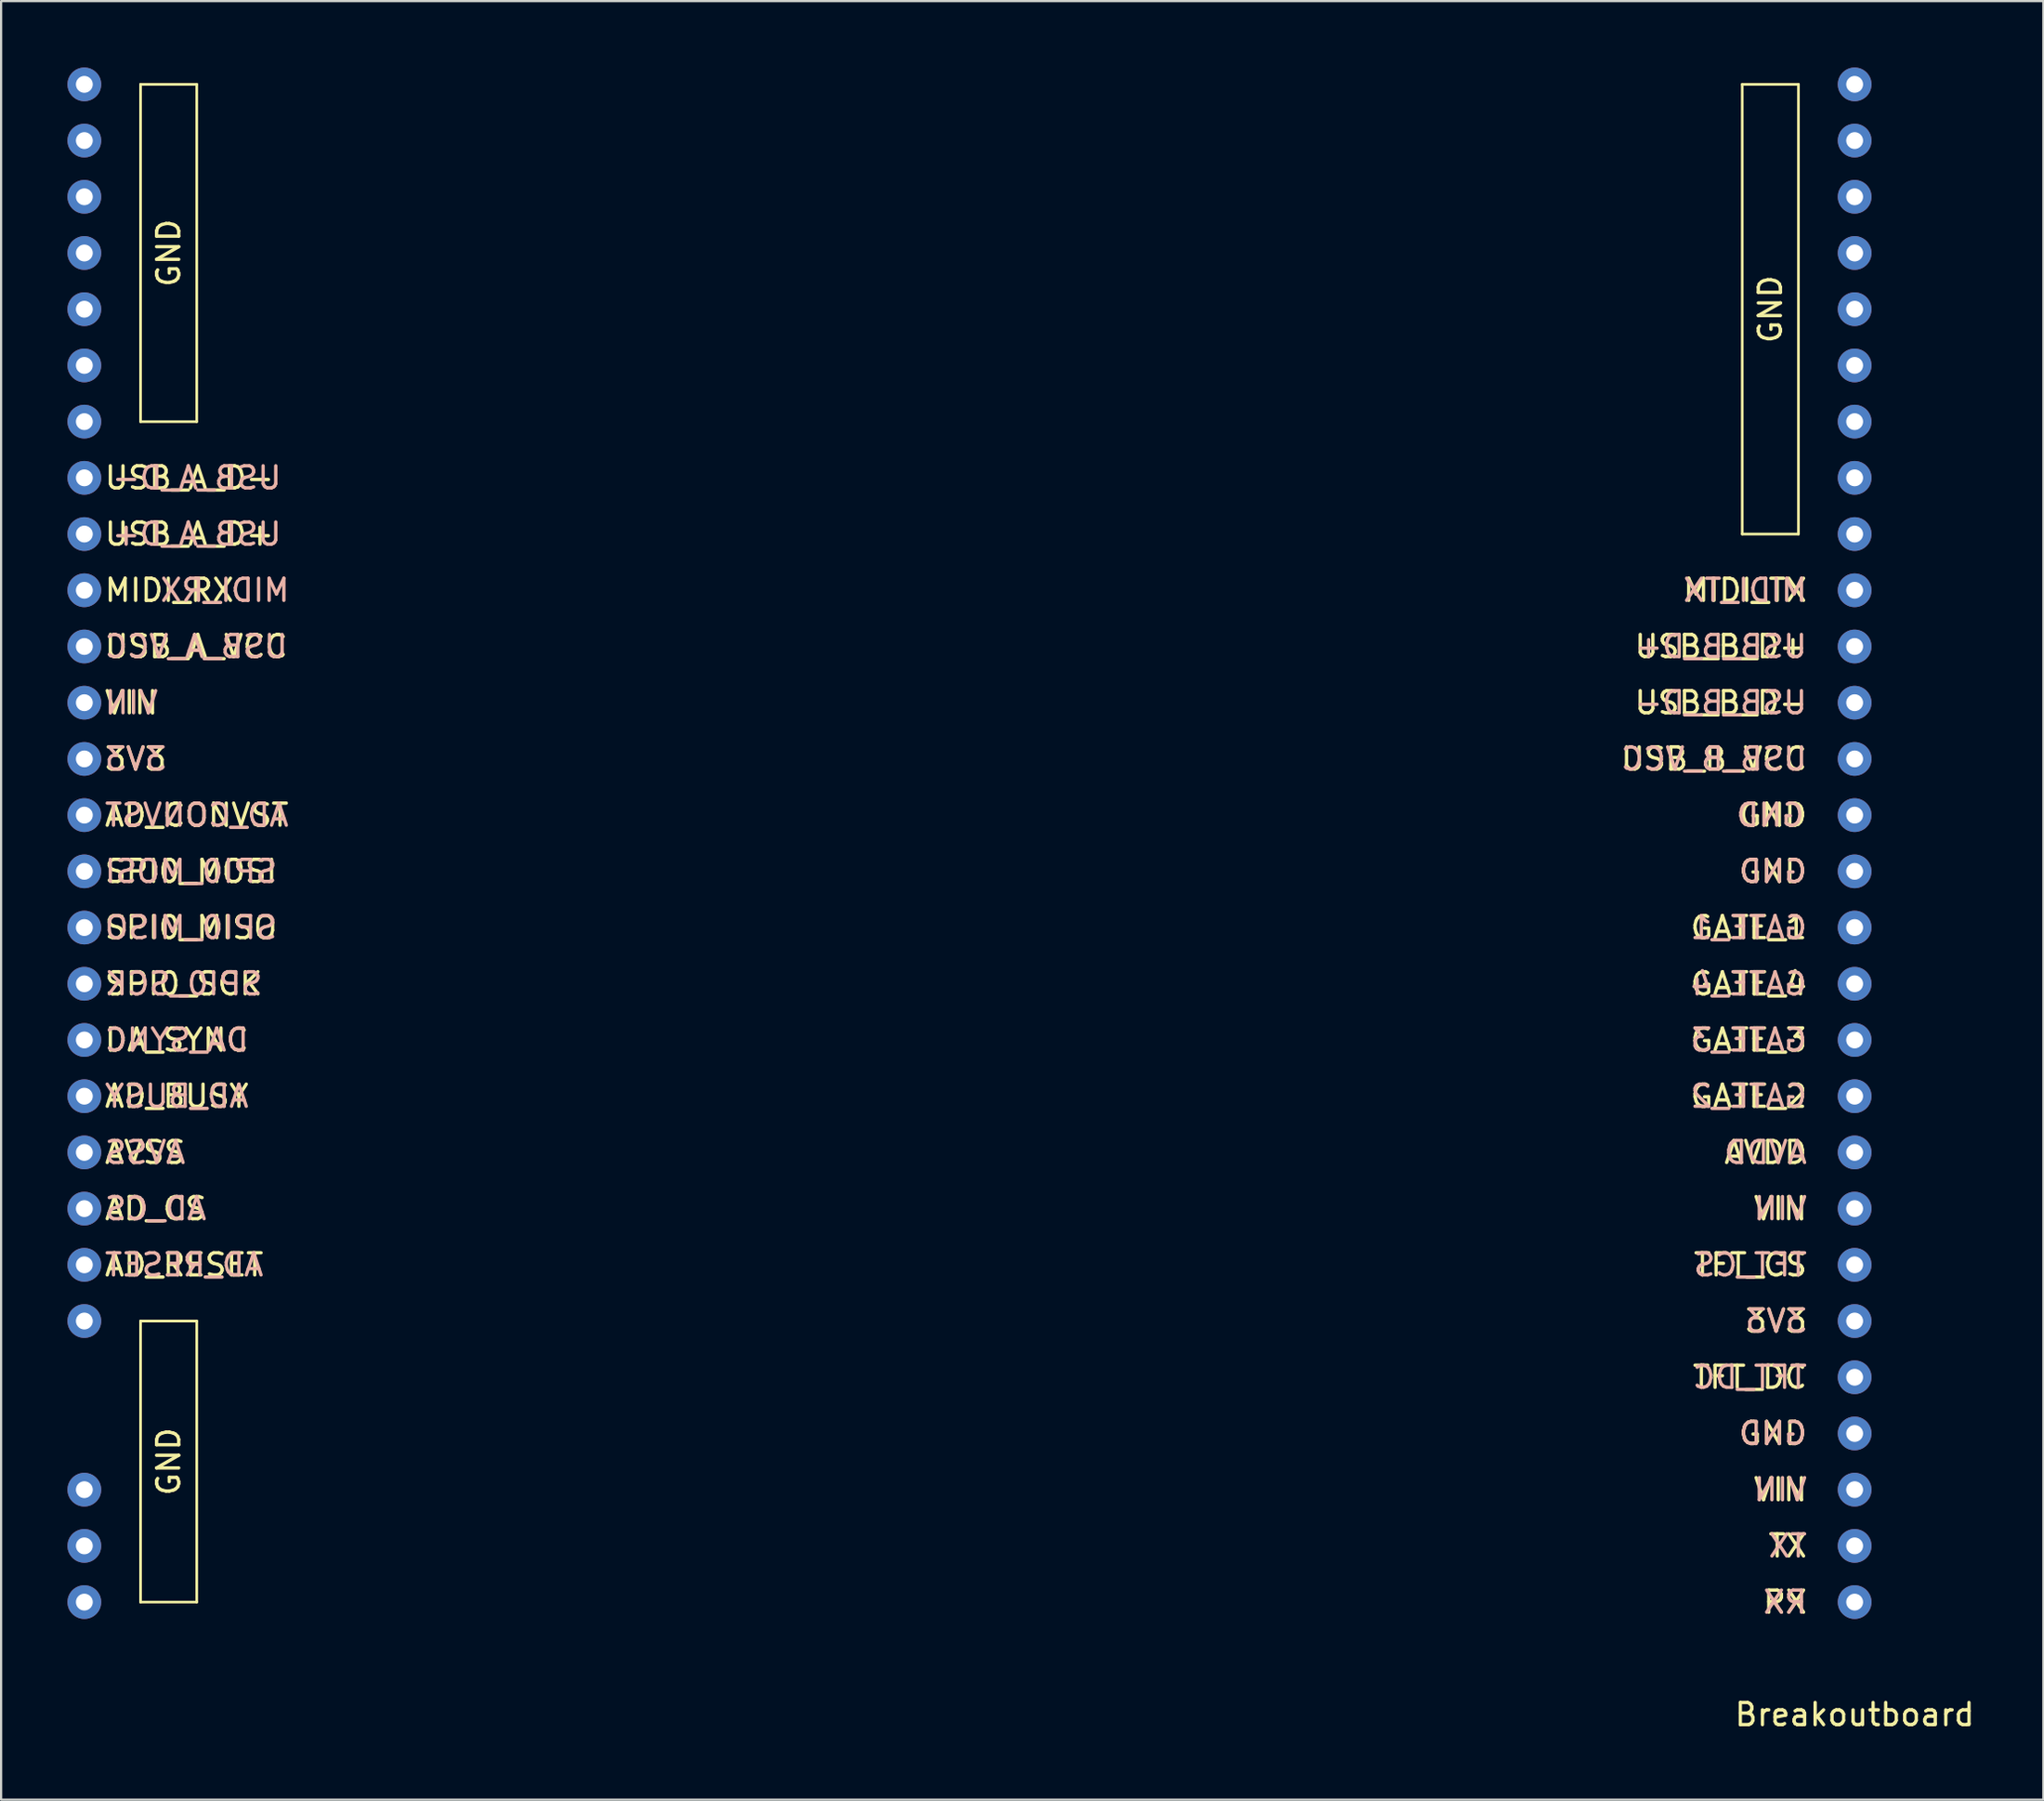
<source format=kicad_pcb>
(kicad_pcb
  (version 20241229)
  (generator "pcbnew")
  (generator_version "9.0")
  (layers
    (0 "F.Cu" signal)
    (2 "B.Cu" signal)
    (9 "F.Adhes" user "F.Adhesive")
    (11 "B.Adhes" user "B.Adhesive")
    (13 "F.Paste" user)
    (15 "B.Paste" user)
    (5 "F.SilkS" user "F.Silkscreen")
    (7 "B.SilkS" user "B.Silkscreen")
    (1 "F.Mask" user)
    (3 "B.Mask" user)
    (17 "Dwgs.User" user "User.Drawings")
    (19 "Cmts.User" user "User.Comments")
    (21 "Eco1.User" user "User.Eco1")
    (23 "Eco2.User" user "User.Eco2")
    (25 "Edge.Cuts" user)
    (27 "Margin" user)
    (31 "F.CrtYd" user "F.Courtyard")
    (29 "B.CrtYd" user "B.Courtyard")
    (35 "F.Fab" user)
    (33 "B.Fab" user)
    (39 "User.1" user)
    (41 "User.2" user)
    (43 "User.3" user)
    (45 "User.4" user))
  (footprint "Breakoutboard"
    (layer "F.Cu")
    (at 80.772 69.342)
    (property "Reference" "Breakoutboard" (at 0 5.08 0) (layer "F.SilkS") (effects (font (size 1 1) (thickness 0.15))))
    (attr through_hole)
    (fp_line (start -77.47 -68.58) (end -77.47 -53.34) (stroke (width 0.12) (type solid)) (layer "F.SilkS"))
    (fp_line (start -77.47 -53.34) (end -74.93 -53.34) (stroke (width 0.12) (type solid)) (layer "F.SilkS"))
    (fp_line (start -77.47 -12.7) (end -77.47 0) (stroke (width 0.12) (type solid)) (layer "F.SilkS"))
    (fp_line (start -77.47 0) (end -74.93 0) (stroke (width 0.12) (type solid)) (layer "F.SilkS"))
    (fp_line (start -74.93 -68.58) (end -77.47 -68.58) (stroke (width 0.12) (type solid)) (layer "F.SilkS"))
    (fp_line (start -74.93 -53.34) (end -74.93 -68.58) (stroke (width 0.12) (type solid)) (layer "F.SilkS"))
    (fp_line (start -74.93 -12.7) (end -77.47 -12.7) (stroke (width 0.12) (type solid)) (layer "F.SilkS"))
    (fp_line (start -74.93 0) (end -74.93 -12.7) (stroke (width 0.12) (type solid)) (layer "F.SilkS"))
    (fp_line (start -5.08 -68.58) (end -5.08 -48.26) (stroke (width 0.12) (type solid)) (layer "F.SilkS"))
    (fp_line (start -5.08 -68.58) (end -2.54 -68.58) (stroke (width 0.12) (type solid)) (layer "F.SilkS"))
    (fp_line (start -5.08 -48.26) (end -2.54 -48.26) (stroke (width 0.12) (type solid)) (layer "F.SilkS"))
    (fp_line (start -2.54 -48.26) (end -2.54 -68.58) (stroke (width 0.12) (type solid)) (layer "F.SilkS"))
    (fp_text user "VIN" (at -3.357 -17.78 0) (layer "F.SilkS") (effects (font (size 1 1) (thickness 0.15))))
    (fp_text user "3V3" (at -77.692 -38.1 0) (layer "F.SilkS") (effects (font (size 1 1) (thickness 0.15))))
    (fp_text user "GATE_2" (at -4.786 -22.86 0) (layer "F.SilkS") (effects (font (size 1 1) (thickness 0.15))))
    (fp_text user "USB_A_D-" (at -75.263 -50.8 0) (layer "F.SilkS") (effects (font (size 1 1) (thickness 0.15))))
    (fp_text user "USB_A_D+" (at -75.263 -48.26 0) (layer "F.SilkS") (effects (font (size 1 1) (thickness 0.15))))
    (fp_text user "AD_CONVST" (at -74.93 -35.56 0) (layer "F.SilkS") (effects (font (size 1 1) (thickness 0.15))))
    (fp_text user "GATE_3" (at -4.786 -25.4 0) (layer "F.SilkS") (effects (font (size 1 1) (thickness 0.15))))
    (fp_text user "AD_CS" (at -76.787 -17.78 0) (layer "F.SilkS") (effects (font (size 1 1) (thickness 0.15))))
    (fp_text user "USB_B_VCC" (at -6.357 -38.1 0) (layer "F.SilkS") (effects (font (size 1 1) (thickness 0.15))))
    (fp_text user "USB_B_D+" (at -6.048 -43.18 0) (layer "F.SilkS") (effects (font (size 1 1) (thickness 0.15))))
    (fp_text user "RX" (at -3.143 0 0) (layer "F.SilkS") (effects (font (size 1 1) (thickness 0.15))))
    (fp_text user "SPI0_SCK" (at -75.525 -27.94 0) (layer "F.SilkS") (effects (font (size 1 1) (thickness 0.15))))
    (fp_text user "AD_BUSY" (at -75.835 -22.86 0) (layer "F.SilkS") (effects (font (size 1 1) (thickness 0.15))))
    (fp_text user "GND" (at -3.81 -58.42 90) (layer "F.SilkS") (effects (font (size 1 1) (thickness 0.15))))
    (fp_text user "SPI0_MOSI" (at -75.192 -33.02 0) (layer "F.SilkS") (effects (font (size 1 1) (thickness 0.15))))
    (fp_text user "DA_SYNC" (at -75.835 -25.4 0) (layer "F.SilkS") (effects (font (size 1 1) (thickness 0.15))))
    (fp_text user "AD_RESET" (at -75.501 -15.24 0) (layer "F.SilkS") (effects (font (size 1 1) (thickness 0.15))))
    (fp_text user "GND" (at -76.2 -60.96 90) (layer "F.SilkS") (effects (font (size 1 1) (thickness 0.15))))
    (fp_text user "SPI0_MISO" (at -75.192 -30.48 0) (layer "F.SilkS") (effects (font (size 1 1) (thickness 0.15))))
    (fp_text user "TFT_CS" (at -4.714 -15.24 0) (layer "F.SilkS") (effects (font (size 1 1) (thickness 0.15))))
    (fp_text user "GND" (at -76.2 -6.35 90) (layer "F.SilkS") (effects (font (size 1 1) (thickness 0.15))))
    (fp_text user "GND" (at -3.69 -33.02 0) (layer "F.SilkS") (effects (font (size 1 1) (thickness 0.15))))
    (fp_text user "AVDD" (at -4.024 -20.32 0) (layer "F.SilkS") (effects (font (size 1 1) (thickness 0.15))))
    (fp_text user "TFT_DC" (at -4.738 -10.16 0) (layer "F.SilkS") (effects (font (size 1 1) (thickness 0.15))))
    (fp_text user "VIN" (at -77.882 -40.64 0) (layer "F.SilkS") (effects (font (size 1 1) (thickness 0.15))))
    (fp_text user "MIDI_RX" (at -76.168 -45.72 0) (layer "F.SilkS") (effects (font (size 1 1) (thickness 0.15))))
    (fp_text user "GND" (at -3.69 -35.56 0) (layer "F.SilkS") (effects (font (size 1 1) (thickness 0.15))))
    (fp_text user "GND" (at -3.69 -7.62 0) (layer "F.SilkS") (effects (font (size 1 1) (thickness 0.15))))
    (fp_text user "GATE_4" (at -4.786 -27.94 0) (layer "F.SilkS") (effects (font (size 1 1) (thickness 0.15))))
    (fp_text user "USB_A_VCC" (at -74.954 -43.18 0) (layer "F.SilkS") (effects (font (size 1 1) (thickness 0.15))))
    (fp_text user "3V3" (at -3.548 -12.7 0) (layer "F.SilkS") (effects (font (size 1 1) (thickness 0.15))))
    (fp_text user "TX" (at -3.024 -2.54 0) (layer "F.SilkS") (effects (font (size 1 1) (thickness 0.15))))
    (fp_text user "GATE_1" (at -4.786 -30.48 0) (layer "F.SilkS") (effects (font (size 1 1) (thickness 0.15))))
    (fp_text user "AVSS" (at -77.263 -20.32 0) (layer "F.SilkS") (effects (font (size 1 1) (thickness 0.15))))
    (fp_text user "MIDI_TX" (at -4.952 -45.72 0) (layer "F.SilkS") (effects (font (size 1 1) (thickness 0.15))))
    (fp_text user "USB_B_D-" (at -6.048 -40.64 0) (layer "F.SilkS") (effects (font (size 1 1) (thickness 0.15))))
    (fp_text user "VIN" (at -3.357 -5.08 0) (layer "F.SilkS") (effects (font (size 1 1) (thickness 0.15))))
    (fp_text user "3V3" (at -3.548 -12.7 0) (layer "B.SilkS") (effects (font (size 1 1) (thickness 0.15)) (justify mirror)))
    (fp_text user "USB_B_VCC" (at -6.357 -38.1 0) (layer "B.SilkS") (effects (font (size 1 1) (thickness 0.15)) (justify mirror)))
    (fp_text user "AD_CONVST" (at -74.93 -35.56 0) (layer "B.SilkS") (effects (font (size 1 1) (thickness 0.15)) (justify mirror)))
    (fp_text user "MIDI_TX" (at -4.952 -45.72 0) (layer "B.SilkS") (effects (font (size 1 1) (thickness 0.15)) (justify mirror)))
    (fp_text user "GND" (at -3.69 -33.02 0) (layer "B.SilkS") (effects (font (size 1 1) (thickness 0.15)) (justify mirror)))
    (fp_text user "GATE_2" (at -4.786 -22.86 0) (layer "B.SilkS") (effects (font (size 1 1) (thickness 0.15)) (justify mirror)))
    (fp_text user "3V3" (at -77.692 -38.1 0) (layer "B.SilkS") (effects (font (size 1 1) (thickness 0.15)) (justify mirror)))
    (fp_text user "AVSS" (at -77.263 -20.32 0) (layer "B.SilkS") (effects (font (size 1 1) (thickness 0.15)) (justify mirror)))
    (fp_text user "DA_SYNC" (at -75.835 -25.4 0) (layer "B.SilkS") (effects (font (size 1 1) (thickness 0.15)) (justify mirror)))
    (fp_text user "SPI0_MISO" (at -75.192 -30.48 0) (layer "B.SilkS") (effects (font (size 1 1) (thickness 0.15)) (justify mirror)))
    (fp_text user "GATE_4" (at -4.786 -27.94 0) (layer "B.SilkS") (effects (font (size 1 1) (thickness 0.15)) (justify mirror)))
    (fp_text user "GND" (at -3.69 -7.62 0) (layer "B.SilkS") (effects (font (size 1 1) (thickness 0.15)) (justify mirror)))
    (fp_text user "SPI0_MOSI" (at -75.192 -33.02 0) (layer "B.SilkS") (effects (font (size 1 1) (thickness 0.15)) (justify mirror)))
    (fp_text user "AD_BUSY" (at -75.835 -22.86 0) (layer "B.SilkS") (effects (font (size 1 1) (thickness 0.15)) (justify mirror)))
    (fp_text user "TX" (at -3.024 -2.54 0) (layer "B.SilkS") (effects (font (size 1 1) (thickness 0.15)) (justify mirror)))
    (fp_text user "TFT_CS" (at -4.714 -15.24 0) (layer "B.SilkS") (effects (font (size 1 1) (thickness 0.15)) (justify mirror)))
    (fp_text user "SPI0_SCK" (at -75.525 -27.94 0) (layer "B.SilkS") (effects (font (size 1 1) (thickness 0.15)) (justify mirror)))
    (fp_text user "TFT_DC" (at -4.738 -10.16 0) (layer "B.SilkS") (effects (font (size 1 1) (thickness 0.15)) (justify mirror)))
    (fp_text user "USB_A_VCC" (at -74.954 -43.18 0) (layer "B.SilkS") (effects (font (size 1 1) (thickness 0.15)) (justify mirror)))
    (fp_text user "VIN" (at -77.882 -40.64 0) (layer "B.SilkS") (effects (font (size 1 1) (thickness 0.15)) (justify mirror)))
    (fp_text user "USB_B_D+" (at -6.048 -43.18 0) (layer "B.SilkS") (effects (font (size 1 1) (thickness 0.15)) (justify mirror)))
    (fp_text user "USB_B_D-" (at -6.048 -40.64 0) (layer "B.SilkS") (effects (font (size 1 1) (thickness 0.15)) (justify mirror)))
    (fp_text user "AVDD" (at -4.024 -20.32 0) (layer "B.SilkS") (effects (font (size 1 1) (thickness 0.15)) (justify mirror)))
    (fp_text user "GATE_3" (at -4.786 -25.4 0) (layer "B.SilkS") (effects (font (size 1 1) (thickness 0.15)) (justify mirror)))
    (fp_text user "VIN" (at -3.357 -5.08 0) (layer "B.SilkS") (effects (font (size 1 1) (thickness 0.15)) (justify mirror)))
    (fp_text user "USB_A_D-" (at -74.93 -50.8 0) (layer "B.SilkS") (effects (font (size 1 1) (thickness 0.15)) (justify mirror)))
    (fp_text user "GND" (at -3.81 -35.56 0) (layer "B.SilkS") (effects (font (size 1 1) (thickness 0.15)) (justify mirror)))
    (fp_text user "AD_RESET" (at -75.501 -15.24 0) (layer "B.SilkS") (effects (font (size 1 1) (thickness 0.15)) (justify mirror)))
    (fp_text user "RX" (at -3.143 0 0) (layer "B.SilkS") (effects (font (size 1 1) (thickness 0.15)) (justify mirror)))
    (fp_text user "GATE_1" (at -4.786 -30.48 0) (layer "B.SilkS") (effects (font (size 1 1) (thickness 0.15)) (justify mirror)))
    (fp_text user "USB_A_D+" (at -74.93 -48.26 0) (layer "B.SilkS") (effects (font (size 1 1) (thickness 0.15)) (justify mirror)))
    (fp_text user "AD_CS" (at -76.787 -17.78 0) (layer "B.SilkS") (effects (font (size 1 1) (thickness 0.15)) (justify mirror)))
    (fp_text user "MIDI_RX" (at -73.66 -45.72 0) (layer "B.SilkS") (effects (font (size 1 1) (thickness 0.15)) (justify mirror)))
    (fp_text user "VIN" (at -3.357 -17.78 0) (layer "B.SilkS") (effects (font (size 1 1) (thickness 0.15)) (justify mirror)))
    (pad "1" thru_hole circle (at 0 0) (size 1.524 1.524) (drill 0.762) (layers "*.Cu" "*.Mask"))
    (pad "2" thru_hole circle (at 0 -2.54) (size 1.524 1.524) (drill 0.762) (layers "*.Cu" "*.Mask"))
    (pad "3" thru_hole circle (at 0 -5.08) (size 1.524 1.524) (drill 0.762) (layers "*.Cu" "*.Mask"))
    (pad "4" thru_hole circle (at 0 -7.62) (size 1.524 1.524) (drill 0.762) (layers "*.Cu" "*.Mask"))
    (pad "5" thru_hole circle (at 0 -10.16) (size 1.524 1.524) (drill 0.762) (layers "*.Cu" "*.Mask"))
    (pad "6" thru_hole circle (at 0 -12.7) (size 1.524 1.524) (drill 0.762) (layers "*.Cu" "*.Mask"))
    (pad "7" thru_hole circle (at 0 -15.24) (size 1.524 1.524) (drill 0.762) (layers "*.Cu" "*.Mask"))
    (pad "8" thru_hole circle (at 0 -17.78) (size 1.524 1.524) (drill 0.762) (layers "*.Cu" "*.Mask"))
    (pad "9" thru_hole circle (at 0 -20.32) (size 1.524 1.524) (drill 0.762) (layers "*.Cu" "*.Mask"))
    (pad "10" thru_hole circle (at 0 -22.86) (size 1.524 1.524) (drill 0.762) (layers "*.Cu" "*.Mask"))
    (pad "11" thru_hole circle (at 0 -25.4) (size 1.524 1.524) (drill 0.762) (layers "*.Cu" "*.Mask"))
    (pad "12" thru_hole circle (at 0 -27.94) (size 1.524 1.524) (drill 0.762) (layers "*.Cu" "*.Mask"))
    (pad "13" thru_hole circle (at 0 -30.48) (size 1.524 1.524) (drill 0.762) (layers "*.Cu" "*.Mask"))
    (pad "14" thru_hole circle (at 0 -33.02) (size 1.524 1.524) (drill 0.762) (layers "*.Cu" "*.Mask"))
    (pad "15" thru_hole circle (at 0 -35.56) (size 1.524 1.524) (drill 0.762) (layers "*.Cu" "*.Mask"))
    (pad "16" thru_hole circle (at 0 -38.1) (size 1.524 1.524) (drill 0.762) (layers "*.Cu" "*.Mask"))
    (pad "17" thru_hole circle (at 0 -40.64) (size 1.524 1.524) (drill 0.762) (layers "*.Cu" "*.Mask"))
    (pad "18" thru_hole circle (at 0 -43.18) (size 1.524 1.524) (drill 0.762) (layers "*.Cu" "*.Mask"))
    (pad "19" thru_hole circle (at 0 -45.72) (size 1.524 1.524) (drill 0.762) (layers "*.Cu" "*.Mask"))
    (pad "20" thru_hole circle (at 0 -48.26) (size 1.524 1.524) (drill 0.762) (layers "*.Cu" "*.Mask"))
    (pad "21" thru_hole circle (at 0 -50.8) (size 1.524 1.524) (drill 0.762) (layers "*.Cu" "*.Mask"))
    (pad "22" thru_hole circle (at 0 -53.34) (size 1.524 1.524) (drill 0.762) (layers "*.Cu" "*.Mask"))
    (pad "23" thru_hole circle (at 0 -55.88) (size 1.524 1.524) (drill 0.762) (layers "*.Cu" "*.Mask"))
    (pad "24" thru_hole circle (at 0 -58.42) (size 1.524 1.524) (drill 0.762) (layers "*.Cu" "*.Mask"))
    (pad "25" thru_hole circle (at 0 -60.96) (size 1.524 1.524) (drill 0.762) (layers "*.Cu" "*.Mask"))
    (pad "26" thru_hole circle (at 0 -63.5) (size 1.524 1.524) (drill 0.762) (layers "*.Cu" "*.Mask"))
    (pad "27" thru_hole circle (at 0 -66.04) (size 1.524 1.524) (drill 0.762) (layers "*.Cu" "*.Mask"))
    (pad "28" thru_hole circle (at 0 -68.58) (size 1.524 1.524) (drill 0.762) (layers "*.Cu" "*.Mask"))
    (pad "29" thru_hole circle (at -80.01 0) (size 1.524 1.524) (drill 0.762) (layers "*.Cu" "*.Mask"))
    (pad "30" thru_hole circle (at -80.01 -2.54) (size 1.524 1.524) (drill 0.762) (layers "*.Cu" "*.Mask"))
    (pad "31" thru_hole circle (at -80.01 -5.08) (size 1.524 1.524) (drill 0.762) (layers "*.Cu" "*.Mask"))
    (pad "32" thru_hole circle (at -80.01 -12.7) (size 1.524 1.524) (drill 0.762) (layers "*.Cu" "*.Mask"))
    (pad "33" thru_hole circle (at -80.01 -15.24) (size 1.524 1.524) (drill 0.762) (layers "*.Cu" "*.Mask"))
    (pad "34" thru_hole circle (at -80.01 -17.78) (size 1.524 1.524) (drill 0.762) (layers "*.Cu" "*.Mask"))
    (pad "35" thru_hole circle (at -80.01 -20.32) (size 1.524 1.524) (drill 0.762) (layers "*.Cu" "*.Mask"))
    (pad "36" thru_hole circle (at -80.01 -22.86) (size 1.524 1.524) (drill 0.762) (layers "*.Cu" "*.Mask"))
    (pad "37" thru_hole circle (at -80.01 -25.4) (size 1.524 1.524) (drill 0.762) (layers "*.Cu" "*.Mask"))
    (pad "38" thru_hole circle (at -80.01 -27.94) (size 1.524 1.524) (drill 0.762) (layers "*.Cu" "*.Mask"))
    (pad "39" thru_hole circle (at -80.01 -30.48) (size 1.524 1.524) (drill 0.762) (layers "*.Cu" "*.Mask"))
    (pad "40" thru_hole circle (at -80.01 -33.02) (size 1.524 1.524) (drill 0.762) (layers "*.Cu" "*.Mask"))
    (pad "41" thru_hole circle (at -80.01 -35.56) (size 1.524 1.524) (drill 0.762) (layers "*.Cu" "*.Mask"))
    (pad "42" thru_hole circle (at -80.01 -38.1) (size 1.524 1.524) (drill 0.762) (layers "*.Cu" "*.Mask"))
    (pad "43" thru_hole circle (at -80.01 -40.64) (size 1.524 1.524) (drill 0.762) (layers "*.Cu" "*.Mask"))
    (pad "44" thru_hole circle (at -80.01 -43.18) (size 1.524 1.524) (drill 0.762) (layers "*.Cu" "*.Mask"))
    (pad "45" thru_hole circle (at -80.01 -45.72) (size 1.524 1.524) (drill 0.762) (layers "*.Cu" "*.Mask"))
    (pad "46" thru_hole circle (at -80.01 -48.26) (size 1.524 1.524) (drill 0.762) (layers "*.Cu" "*.Mask"))
    (pad "47" thru_hole circle (at -80.01 -50.8) (size 1.524 1.524) (drill 0.762) (layers "*.Cu" "*.Mask"))
    (pad "48" thru_hole circle (at -80.01 -53.34) (size 1.524 1.524) (drill 0.762) (layers "*.Cu" "*.Mask"))
    (pad "49" thru_hole circle (at -80.01 -55.88) (size 1.524 1.524) (drill 0.762) (layers "*.Cu" "*.Mask"))
    (pad "50" thru_hole circle (at -80.01 -58.42) (size 1.524 1.524) (drill 0.762) (layers "*.Cu" "*.Mask"))
    (pad "51" thru_hole circle (at -80.01 -60.96) (size 1.524 1.524) (drill 0.762) (layers "*.Cu" "*.Mask"))
    (pad "52" thru_hole circle (at -80.01 -63.5) (size 1.524 1.524) (drill 0.762) (layers "*.Cu" "*.Mask"))
    (pad "53" thru_hole circle (at -80.01 -66.04) (size 1.524 1.524) (drill 0.762) (layers "*.Cu" "*.Mask"))
    (pad "54" thru_hole circle (at -80.01 -68.58) (size 1.524 1.524) (drill 0.762) (layers "*.Cu" "*.Mask")))
  (gr_rect
    (start -3 -3)
    (end 89.302 78.27)
    (stroke (width 0.1) (type default))
    (fill no)
    (layer "Edge.Cuts")))
</source>
